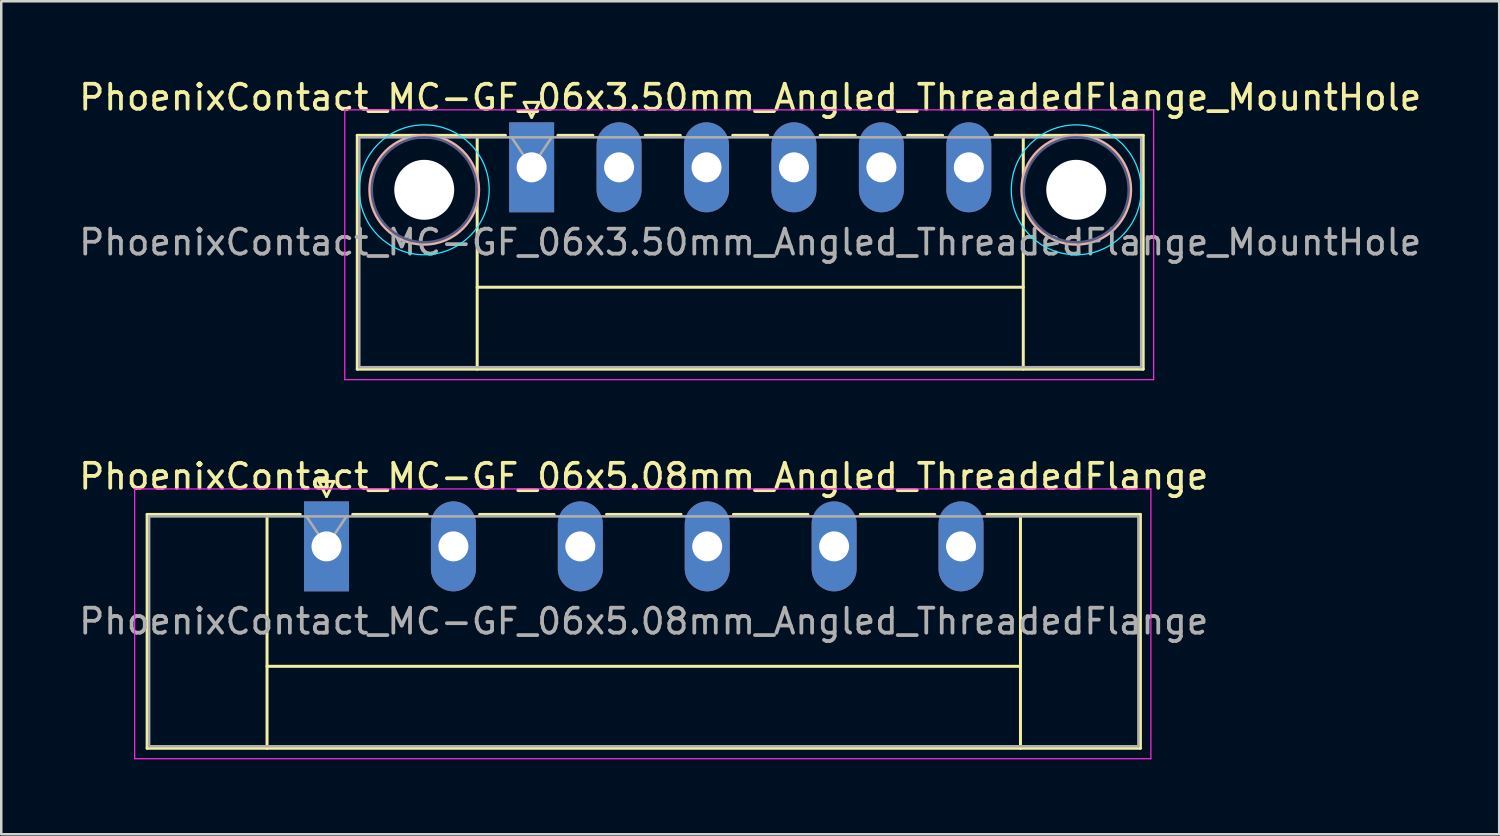
<source format=kicad_pcb>
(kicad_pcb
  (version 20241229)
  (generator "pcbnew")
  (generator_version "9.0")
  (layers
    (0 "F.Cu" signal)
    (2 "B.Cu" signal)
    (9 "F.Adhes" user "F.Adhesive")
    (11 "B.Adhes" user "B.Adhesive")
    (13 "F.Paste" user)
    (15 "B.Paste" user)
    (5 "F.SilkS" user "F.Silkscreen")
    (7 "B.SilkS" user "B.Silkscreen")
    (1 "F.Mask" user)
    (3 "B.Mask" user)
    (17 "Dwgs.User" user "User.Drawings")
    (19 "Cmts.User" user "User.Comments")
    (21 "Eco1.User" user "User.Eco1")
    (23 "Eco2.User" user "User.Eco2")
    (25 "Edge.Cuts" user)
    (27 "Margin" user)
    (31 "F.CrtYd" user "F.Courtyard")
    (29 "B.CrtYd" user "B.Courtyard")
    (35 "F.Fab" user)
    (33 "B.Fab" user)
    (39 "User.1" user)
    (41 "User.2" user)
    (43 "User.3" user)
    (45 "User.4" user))
  (footprint "PhoenixContact_MC-GF_06x3.50mm_Angled_ThreadedFlange_MountHole"
    (layer "F.Cu")
    (at 18.232 3.648)
    (property "Reference" "PhoenixContact_MC-GF_06x3.50mm_Angled_ThreadedFlange_MountHole" (at 8.75 -2.8 0) (layer "F.SilkS") (effects (font (size 1 1) (thickness 0.15))))
    (attr through_hole)
    (fp_line (start -6.98 -1.28) (end -6.98 8.08) (stroke (width 0.12) (type solid)) (layer "F.SilkS"))
    (fp_line (start -6.98 -1.28) (end -1.05 -1.28) (stroke (width 0.12) (type solid)) (layer "F.SilkS"))
    (fp_line (start -6.98 8.08) (end 24.48 8.08) (stroke (width 0.12) (type solid)) (layer "F.SilkS"))
    (fp_line (start -2.18 -1.28) (end -2.18 8.08) (stroke (width 0.12) (type solid)) (layer "F.SilkS"))
    (fp_line (start -2.18 4.8) (end 19.68 4.8) (stroke (width 0.12) (type solid)) (layer "F.SilkS"))
    (fp_line (start -0.3 -2.6) (end 0.3 -2.6) (stroke (width 0.12) (type solid)) (layer "F.SilkS"))
    (fp_line (start 0 -2) (end -0.3 -2.6) (stroke (width 0.12) (type solid)) (layer "F.SilkS"))
    (fp_line (start 0.3 -2.6) (end 0 -2) (stroke (width 0.12) (type solid)) (layer "F.SilkS"))
    (fp_line (start 1.05 -1.28) (end 2.45 -1.28) (stroke (width 0.12) (type solid)) (layer "F.SilkS"))
    (fp_line (start 4.55 -1.28) (end 5.95 -1.28) (stroke (width 0.12) (type solid)) (layer "F.SilkS"))
    (fp_line (start 8.05 -1.28) (end 9.45 -1.28) (stroke (width 0.12) (type solid)) (layer "F.SilkS"))
    (fp_line (start 11.55 -1.28) (end 12.95 -1.28) (stroke (width 0.12) (type solid)) (layer "F.SilkS"))
    (fp_line (start 15.05 -1.28) (end 16.45 -1.28) (stroke (width 0.12) (type solid)) (layer "F.SilkS"))
    (fp_line (start 19.68 -1.28) (end 19.68 8.08) (stroke (width 0.12) (type solid)) (layer "F.SilkS"))
    (fp_line (start 24.48 -1.28) (end 18.55 -1.28) (stroke (width 0.12) (type solid)) (layer "F.SilkS"))
    (fp_line (start 24.48 8.08) (end 24.48 -1.28) (stroke (width 0.12) (type solid)) (layer "F.SilkS"))
    (fp_circle (center -4.3 0.9) (end -2.12 0.9) (stroke (width 0.12) (type solid)) (fill no) (layer "B.SilkS"))
    (fp_circle (center 21.8 0.9) (end 23.98 0.9) (stroke (width 0.12) (type solid)) (fill no) (layer "B.SilkS"))
    (fp_circle (center -4.3 0.9) (end -1.7 0.9) (stroke (width 0.05) (type solid)) (fill no) (layer "B.CrtYd"))
    (fp_circle (center 21.8 0.9) (end 24.4 0.9) (stroke (width 0.05) (type solid)) (fill no) (layer "B.CrtYd"))
    (fp_line (start -7.48 -2.3) (end -7.48 8.5) (stroke (width 0.05) (type solid)) (layer "F.CrtYd"))
    (fp_line (start -7.48 8.5) (end 24.9 8.5) (stroke (width 0.05) (type solid)) (layer "F.CrtYd"))
    (fp_line (start 24.9 -2.3) (end -7.48 -2.3) (stroke (width 0.05) (type solid)) (layer "F.CrtYd"))
    (fp_line (start 24.9 8.5) (end 24.9 -2.3) (stroke (width 0.05) (type solid)) (layer "F.CrtYd"))
    (fp_circle (center -4.3 0.9) (end -2.2 0.9) (stroke (width 0.1) (type solid)) (fill no) (layer "B.Fab"))
    (fp_circle (center 21.8 0.9) (end 23.9 0.9) (stroke (width 0.1) (type solid)) (fill no) (layer "B.Fab"))
    (fp_line (start -6.9 -1.2) (end -6.9 8) (stroke (width 0.1) (type solid)) (layer "F.Fab"))
    (fp_line (start -6.9 8) (end 24.4 8) (stroke (width 0.1) (type solid)) (layer "F.Fab"))
    (fp_line (start 0 0) (end -0.8 -1.2) (stroke (width 0.1) (type solid)) (layer "F.Fab"))
    (fp_line (start 0.8 -1.2) (end 0 0) (stroke (width 0.1) (type solid)) (layer "F.Fab"))
    (fp_line (start 24.4 -1.2) (end -6.9 -1.2) (stroke (width 0.1) (type solid)) (layer "F.Fab"))
    (fp_line (start 24.4 8) (end 24.4 -1.2) (stroke (width 0.1) (type solid)) (layer "F.Fab"))
    (fp_text user "${REFERENCE}" (at 8.75 3 0) (layer "F.Fab") (effects (font (size 1 1) (thickness 0.15))))
    (pad "" np_thru_hole circle (at -4.3 0.9) (size 2.4 2.4) (drill 2.4) (layers "*.Cu" "*.Mask"))
    (pad "" np_thru_hole circle (at 21.8 0.9) (size 2.4 2.4) (drill 2.4) (layers "*.Cu" "*.Mask"))
    (pad "1" thru_hole rect (at 0 0) (size 1.8 3.6) (drill 1.2) (layers "*.Cu" "*.Mask"))
    (pad "2" thru_hole oval (at 3.5 0) (size 1.8 3.6) (drill 1.2) (layers "*.Cu" "*.Mask"))
    (pad "3" thru_hole oval (at 7 0) (size 1.8 3.6) (drill 1.2) (layers "*.Cu" "*.Mask"))
    (pad "4" thru_hole oval (at 10.5 0) (size 1.8 3.6) (drill 1.2) (layers "*.Cu" "*.Mask"))
    (pad "5" thru_hole oval (at 14 0) (size 1.8 3.6) (drill 1.2) (layers "*.Cu" "*.Mask"))
    (pad "6" thru_hole oval (at 17.5 0) (size 1.8 3.6) (drill 1.2) (layers "*.Cu" "*.Mask")))
  (footprint "PhoenixContact_MC-GF_06x5.08mm_Angled_ThreadedFlange"
    (layer "F.Cu")
    (at 10.02 18.822)
    (property "Reference" "PhoenixContact_MC-GF_06x5.08mm_Angled_ThreadedFlange" (at 12.7 -2.8 0) (layer "F.SilkS") (effects (font (size 1 1) (thickness 0.15))))
    (attr through_hole)
    (fp_line (start -7.18 -1.28) (end -7.18 8.08) (stroke (width 0.12) (type solid)) (layer "F.SilkS"))
    (fp_line (start -7.18 -1.28) (end -1.05 -1.28) (stroke (width 0.12) (type solid)) (layer "F.SilkS"))
    (fp_line (start -7.18 8.08) (end 32.58 8.08) (stroke (width 0.12) (type solid)) (layer "F.SilkS"))
    (fp_line (start -2.38 -1.28) (end -2.38 8.08) (stroke (width 0.12) (type solid)) (layer "F.SilkS"))
    (fp_line (start -2.38 4.8) (end 27.78 4.8) (stroke (width 0.12) (type solid)) (layer "F.SilkS"))
    (fp_line (start -0.3 -2.6) (end 0.3 -2.6) (stroke (width 0.12) (type solid)) (layer "F.SilkS"))
    (fp_line (start 0 -2) (end -0.3 -2.6) (stroke (width 0.12) (type solid)) (layer "F.SilkS"))
    (fp_line (start 0.3 -2.6) (end 0 -2) (stroke (width 0.12) (type solid)) (layer "F.SilkS"))
    (fp_line (start 1.05 -1.28) (end 4.03 -1.28) (stroke (width 0.12) (type solid)) (layer "F.SilkS"))
    (fp_line (start 6.13 -1.28) (end 9.11 -1.28) (stroke (width 0.12) (type solid)) (layer "F.SilkS"))
    (fp_line (start 11.21 -1.28) (end 14.19 -1.28) (stroke (width 0.12) (type solid)) (layer "F.SilkS"))
    (fp_line (start 16.29 -1.28) (end 19.27 -1.28) (stroke (width 0.12) (type solid)) (layer "F.SilkS"))
    (fp_line (start 21.37 -1.28) (end 24.35 -1.28) (stroke (width 0.12) (type solid)) (layer "F.SilkS"))
    (fp_line (start 27.78 -1.28) (end 27.78 8.08) (stroke (width 0.12) (type solid)) (layer "F.SilkS"))
    (fp_line (start 32.58 -1.28) (end 26.45 -1.28) (stroke (width 0.12) (type solid)) (layer "F.SilkS"))
    (fp_line (start 32.58 8.08) (end 32.58 -1.28) (stroke (width 0.12) (type solid)) (layer "F.SilkS"))
    (fp_line (start -7.68 -2.3) (end -7.68 8.5) (stroke (width 0.05) (type solid)) (layer "F.CrtYd"))
    (fp_line (start -7.68 8.5) (end 33 8.5) (stroke (width 0.05) (type solid)) (layer "F.CrtYd"))
    (fp_line (start 33 -2.3) (end -7.68 -2.3) (stroke (width 0.05) (type solid)) (layer "F.CrtYd"))
    (fp_line (start 33 8.5) (end 33 -2.3) (stroke (width 0.05) (type solid)) (layer "F.CrtYd"))
    (fp_line (start -7.1 -1.2) (end -7.1 8) (stroke (width 0.1) (type solid)) (layer "F.Fab"))
    (fp_line (start -7.1 8) (end 32.5 8) (stroke (width 0.1) (type solid)) (layer "F.Fab"))
    (fp_line (start 0 0) (end -0.8 -1.2) (stroke (width 0.1) (type solid)) (layer "F.Fab"))
    (fp_line (start 0.8 -1.2) (end 0 0) (stroke (width 0.1) (type solid)) (layer "F.Fab"))
    (fp_line (start 32.5 -1.2) (end -7.1 -1.2) (stroke (width 0.1) (type solid)) (layer "F.Fab"))
    (fp_line (start 32.5 8) (end 32.5 -1.2) (stroke (width 0.1) (type solid)) (layer "F.Fab"))
    (fp_text user "${REFERENCE}" (at 12.7 3 0) (layer "F.Fab") (effects (font (size 1 1) (thickness 0.15))))
    (pad "1" thru_hole rect (at 0 0) (size 1.8 3.6) (drill 1.2) (layers "*.Cu" "*.Mask"))
    (pad "2" thru_hole oval (at 5.08 0) (size 1.8 3.6) (drill 1.2) (layers "*.Cu" "*.Mask"))
    (pad "3" thru_hole oval (at 10.16 0) (size 1.8 3.6) (drill 1.2) (layers "*.Cu" "*.Mask"))
    (pad "4" thru_hole oval (at 15.24 0) (size 1.8 3.6) (drill 1.2) (layers "*.Cu" "*.Mask"))
    (pad "5" thru_hole oval (at 20.32 0) (size 1.8 3.6) (drill 1.2) (layers "*.Cu" "*.Mask"))
    (pad "6" thru_hole oval (at 25.4 0) (size 1.8 3.6) (drill 1.2) (layers "*.Cu" "*.Mask")))
  (gr_rect
    (start -3 -3)
    (end 56.964 30.346)
    (stroke (width 0.1) (type default))
    (fill no)
    (layer "Edge.Cuts")))
</source>
